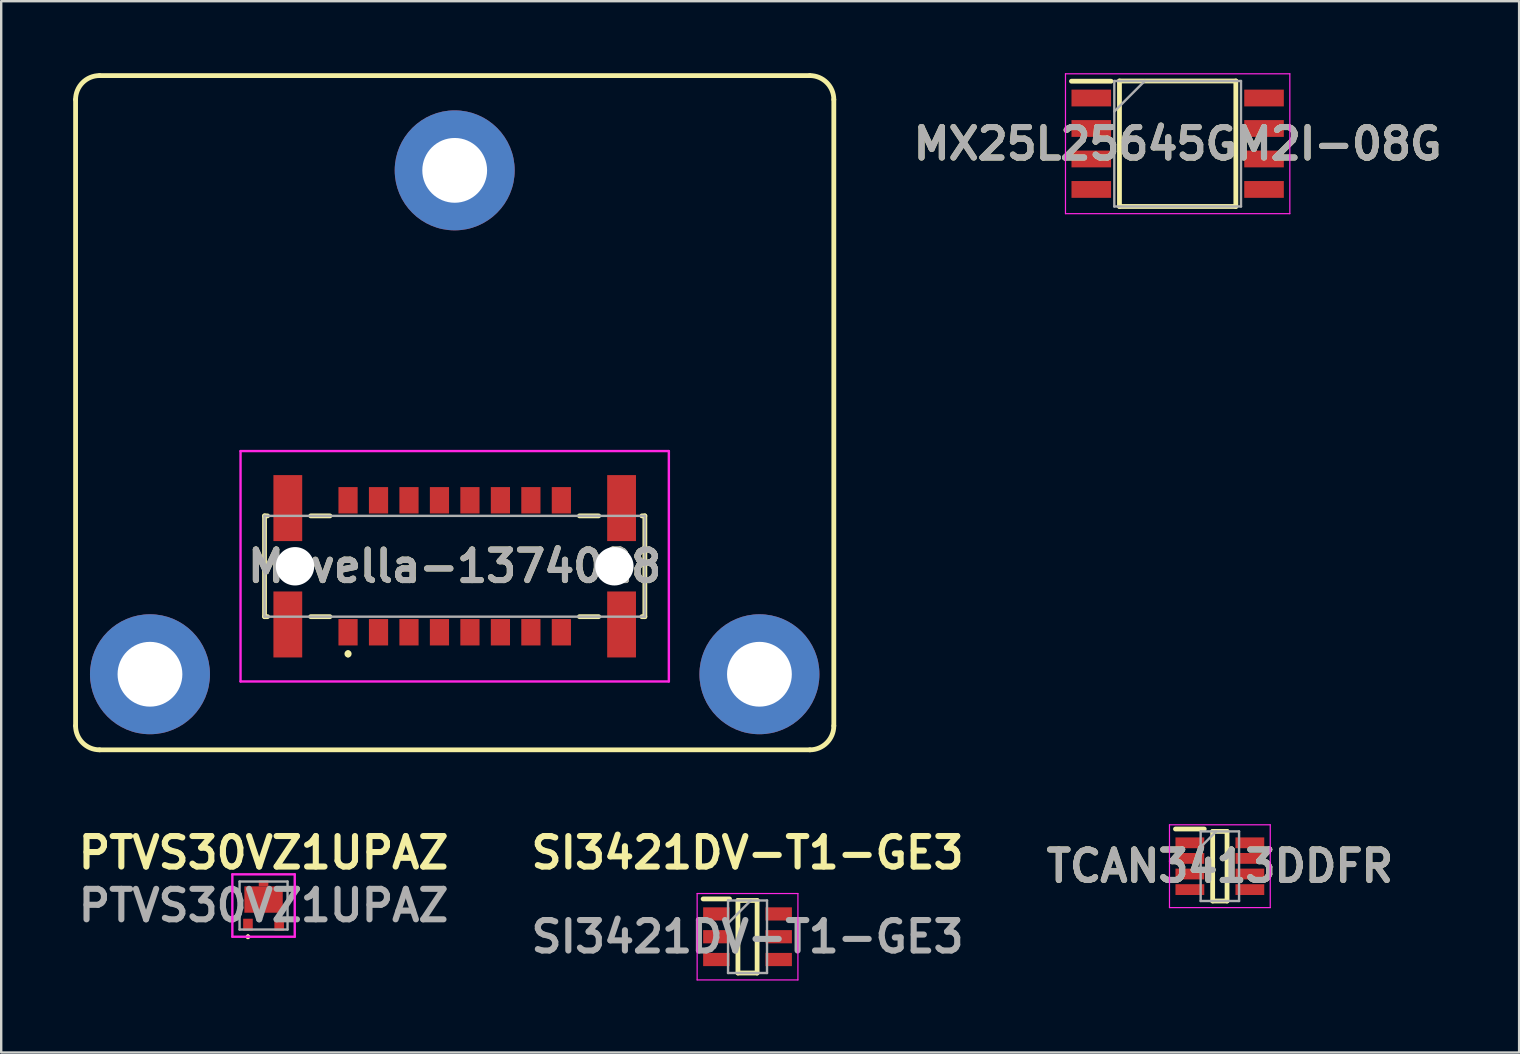
<source format=kicad_pcb>
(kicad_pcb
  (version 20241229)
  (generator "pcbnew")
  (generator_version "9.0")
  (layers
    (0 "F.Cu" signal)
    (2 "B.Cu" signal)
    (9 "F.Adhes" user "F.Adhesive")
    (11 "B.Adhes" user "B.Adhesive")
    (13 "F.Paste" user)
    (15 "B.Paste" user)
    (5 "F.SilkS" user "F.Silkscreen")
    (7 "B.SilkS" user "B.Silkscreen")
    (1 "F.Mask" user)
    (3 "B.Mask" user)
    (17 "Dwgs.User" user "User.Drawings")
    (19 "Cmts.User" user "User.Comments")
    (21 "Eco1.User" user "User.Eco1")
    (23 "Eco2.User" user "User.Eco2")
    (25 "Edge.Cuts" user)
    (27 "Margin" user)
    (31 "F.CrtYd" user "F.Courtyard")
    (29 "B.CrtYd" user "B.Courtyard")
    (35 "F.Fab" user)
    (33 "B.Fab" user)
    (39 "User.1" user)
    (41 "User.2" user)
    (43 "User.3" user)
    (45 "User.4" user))
  (footprint "SI3421DV-T1-GE3"
    (layer "F.Cu")
    (at 28.104 35.989)
    (property "Reference" "SI3421DV-T1-GE3" (at 0 -3.5 0) (layer "F.SilkS") (effects (font (size 1.27 1.27) (thickness 0.254))))
    (attr smd)
    (fp_line (start -1.85 -1.575) (end -0.75 -1.575) (stroke (width 0.2) (type solid)) (layer "F.SilkS"))
    (fp_line (start -0.4 -1.512) (end 0.4 -1.512) (stroke (width 0.2) (type solid)) (layer "F.SilkS"))
    (fp_line (start -0.4 1.512) (end -0.4 -1.512) (stroke (width 0.2) (type solid)) (layer "F.SilkS"))
    (fp_line (start 0.4 -1.512) (end 0.4 1.512) (stroke (width 0.2) (type solid)) (layer "F.SilkS"))
    (fp_line (start 0.4 1.512) (end -0.4 1.512) (stroke (width 0.2) (type solid)) (layer "F.SilkS"))
    (fp_line (start -2.1 -1.8) (end 2.1 -1.8) (stroke (width 0.05) (type solid)) (layer "F.CrtYd"))
    (fp_line (start -2.1 1.8) (end -2.1 -1.8) (stroke (width 0.05) (type solid)) (layer "F.CrtYd"))
    (fp_line (start 2.1 -1.8) (end 2.1 1.8) (stroke (width 0.05) (type solid)) (layer "F.CrtYd"))
    (fp_line (start 2.1 1.8) (end -2.1 1.8) (stroke (width 0.05) (type solid)) (layer "F.CrtYd"))
    (fp_line (start -0.812 -1.512) (end 0.812 -1.512) (stroke (width 0.1) (type solid)) (layer "F.Fab"))
    (fp_line (start -0.812 -0.562) (end 0.138 -1.512) (stroke (width 0.1) (type solid)) (layer "F.Fab"))
    (fp_line (start -0.812 1.512) (end -0.812 -1.512) (stroke (width 0.1) (type solid)) (layer "F.Fab"))
    (fp_line (start 0.812 -1.512) (end 0.812 1.512) (stroke (width 0.1) (type solid)) (layer "F.Fab"))
    (fp_line (start 0.812 1.512) (end -0.812 1.512) (stroke (width 0.1) (type solid)) (layer "F.Fab"))
    (fp_text user "${REFERENCE}" (at 0 0 0) (layer "F.Fab") (effects (font (size 1.27 1.27) (thickness 0.254))))
    (pad "D" smd rect (at -1.3 -0.95 90) (size 0.55 1.1) (layers "F.Cu" "F.Mask" "F.Paste"))
    (pad "D" smd rect (at -1.3 0 90) (size 0.55 1.1) (layers "F.Cu" "F.Mask" "F.Paste"))
    (pad "D" smd rect (at 1.3 -0.95 90) (size 0.55 1.1) (layers "F.Cu" "F.Mask" "F.Paste"))
    (pad "D" smd rect (at 1.3 0 90) (size 0.55 1.1) (layers "F.Cu" "F.Mask" "F.Paste"))
    (pad "G" smd rect (at -1.3 0.95 90) (size 0.55 1.1) (layers "F.Cu" "F.Mask" "F.Paste"))
    (pad "S" smd rect (at 1.3 0.95 90) (size 0.55 1.1) (layers "F.Cu" "F.Mask" "F.Paste")))
  (footprint "Movella-1374028"
    (layer "F.Cu")
    (at 15.9 14.15)
    (property "Reference" "Movella-1374028" (at 0 6.4 0) (layer "F.SilkS") (effects (font (size 1.27 1.27) (thickness 0.254))))
    (attr through_hole)
    (fp_line (start -15.8 13.05) (end -15.8 -13.05) (stroke (width 0.2) (type default)) (layer "F.SilkS"))
    (fp_line (start -14.8 -14.05) (end 14.8 -14.05) (stroke (width 0.2) (type default)) (layer "F.SilkS"))
    (fp_line (start -7.925 4.3) (end -7.925 8.5) (stroke (width 0.2) (type solid)) (layer "F.SilkS"))
    (fp_line (start -7.925 8.5) (end -7.8 8.5) (stroke (width 0.2) (type solid)) (layer "F.SilkS"))
    (fp_line (start -7.8 4.3) (end -7.925 4.3) (stroke (width 0.2) (type solid)) (layer "F.SilkS"))
    (fp_line (start -6 4.3) (end -5.2 4.3) (stroke (width 0.2) (type solid)) (layer "F.SilkS"))
    (fp_line (start -6 8.5) (end -5.2 8.5) (stroke (width 0.2) (type solid)) (layer "F.SilkS"))
    (fp_line (start 5.2 4.3) (end 6 4.3) (stroke (width 0.2) (type solid)) (layer "F.SilkS"))
    (fp_line (start 5.2 8.5) (end 6 8.5) (stroke (width 0.2) (type solid)) (layer "F.SilkS"))
    (fp_line (start 7.8 8.5) (end 7.925 8.5) (stroke (width 0.2) (type solid)) (layer "F.SilkS"))
    (fp_line (start 7.925 4.3) (end 7.8 4.3) (stroke (width 0.2) (type solid)) (layer "F.SilkS"))
    (fp_line (start 7.925 8.5) (end 7.925 4.3) (stroke (width 0.2) (type solid)) (layer "F.SilkS"))
    (fp_line (start 14.8 14.05) (end -14.8 14.05) (stroke (width 0.2) (type default)) (layer "F.SilkS"))
    (fp_line (start 15.8 -13.05) (end 15.8 13.05) (stroke (width 0.2) (type default)) (layer "F.SilkS"))
    (fp_arc (start -15.8 -13.05) (mid -15.507107 -13.757107) (end -14.8 -14.05) (stroke (width 0.2) (type default)) (layer "F.SilkS"))
    (fp_arc (start -14.8 14.05) (mid -15.507107 13.757107) (end -15.8 13.05) (stroke (width 0.2) (type default)) (layer "F.SilkS"))
    (fp_arc (start -4.445 10) (mid -4.395 10.05) (end -4.445 10.1) (stroke (width 0.2) (type solid)) (layer "F.SilkS"))
    (fp_arc (start -4.445 10.1) (mid -4.495 10.05) (end -4.445 10) (stroke (width 0.2) (type solid)) (layer "F.SilkS"))
    (fp_arc (start 14.8 -14.05) (mid 15.507107 -13.757107) (end 15.8 -13.05) (stroke (width 0.2) (type default)) (layer "F.SilkS"))
    (fp_arc (start 15.8 13.05) (mid 15.507107 13.757107) (end 14.8 14.05) (stroke (width 0.2) (type default)) (layer "F.SilkS"))
    (fp_line (start -8.925 1.6) (end 8.925 1.6) (stroke (width 0.1) (type solid)) (layer "F.CrtYd"))
    (fp_line (start -8.925 11.2) (end -8.925 1.6) (stroke (width 0.1) (type solid)) (layer "F.CrtYd"))
    (fp_line (start 8.925 1.6) (end 8.925 11.2) (stroke (width 0.1) (type solid)) (layer "F.CrtYd"))
    (fp_line (start 8.925 11.2) (end -8.925 11.2) (stroke (width 0.1) (type solid)) (layer "F.CrtYd"))
    (fp_line (start -7.925 4.3) (end -7.925 8.5) (stroke (width 0.1) (type solid)) (layer "F.Fab"))
    (fp_line (start -7.925 8.5) (end 7.925 8.5) (stroke (width 0.1) (type solid)) (layer "F.Fab"))
    (fp_line (start 7.925 4.3) (end -7.925 4.3) (stroke (width 0.1) (type solid)) (layer "F.Fab"))
    (fp_line (start 7.925 8.5) (end 7.925 4.3) (stroke (width 0.1) (type solid)) (layer "F.Fab"))
    (fp_text user "${REFERENCE}" (at 0 6.4 0) (layer "F.Fab") (effects (font (size 1.27 1.27) (thickness 0.254))))
    (pad "" np_thru_hole circle (at -6.655 6.4) (size 1.6 1.6) (drill 1.6) (layers "*.Cu" "*.Mask"))
    (pad "" np_thru_hole circle (at 6.655 6.4) (size 1.6 1.6) (drill 1.6) (layers "*.Cu" "*.Mask"))
    (pad "A1" smd rect (at -4.445 9.15) (size 0.8 1.1) (layers "F.Cu" "F.Mask" "F.Paste"))
    (pad "A2" smd rect (at -3.175 9.15) (size 0.8 1.1) (layers "F.Cu" "F.Mask" "F.Paste"))
    (pad "A3" smd rect (at -1.905 9.15) (size 0.8 1.1) (layers "F.Cu" "F.Mask" "F.Paste"))
    (pad "A4" smd rect (at -0.635 9.15) (size 0.8 1.1) (layers "F.Cu" "F.Mask" "F.Paste"))
    (pad "A5" smd rect (at 0.635 9.15) (size 0.8 1.1) (layers "F.Cu" "F.Mask" "F.Paste"))
    (pad "A6" smd rect (at 1.905 9.15) (size 0.8 1.1) (layers "F.Cu" "F.Mask" "F.Paste"))
    (pad "A7" smd rect (at 3.175 9.15) (size 0.8 1.1) (layers "F.Cu" "F.Mask" "F.Paste"))
    (pad "A8" smd rect (at 4.445 9.15) (size 0.8 1.1) (layers "F.Cu" "F.Mask" "F.Paste"))
    (pad "B1" smd rect (at -4.445 3.65) (size 0.8 1.1) (layers "F.Cu" "F.Mask" "F.Paste"))
    (pad "B2" smd rect (at -3.175 3.65) (size 0.8 1.1) (layers "F.Cu" "F.Mask" "F.Paste"))
    (pad "B3" smd rect (at -1.905 3.65) (size 0.8 1.1) (layers "F.Cu" "F.Mask" "F.Paste"))
    (pad "B4" smd rect (at -0.635 3.65) (size 0.8 1.1) (layers "F.Cu" "F.Mask" "F.Paste"))
    (pad "B5" smd rect (at 0.635 3.65) (size 0.8 1.1) (layers "F.Cu" "F.Mask" "F.Paste"))
    (pad "B6" smd rect (at 1.905 3.65) (size 0.8 1.1) (layers "F.Cu" "F.Mask" "F.Paste"))
    (pad "B7" smd rect (at 3.175 3.65) (size 0.8 1.1) (layers "F.Cu" "F.Mask" "F.Paste"))
    (pad "B8" smd rect (at 4.445 3.65) (size 0.8 1.1) (layers "F.Cu" "F.Mask" "F.Paste"))
    (pad "MH1" thru_hole circle (at 0 -10.1) (size 5 5) (drill 2.7) (layers "*.Cu" "*.Mask"))
    (pad "MH2" thru_hole circle (at -12.7 10.9) (size 5 5) (drill 2.7) (layers "*.Cu" "*.Mask"))
    (pad "MH3" thru_hole circle (at 12.7 10.9) (size 5 5) (drill 2.7) (layers "*.Cu" "*.Mask"))
    (pad "MP1" smd rect (at -6.955 3.975) (size 1.2 2.75) (layers "F.Cu" "F.Mask" "F.Paste"))
    (pad "MP2" smd rect (at -6.955 8.825) (size 1.2 2.75) (layers "F.Cu" "F.Mask" "F.Paste"))
    (pad "MP3" smd rect (at 6.955 8.825) (size 1.2 2.75) (layers "F.Cu" "F.Mask" "F.Paste"))
    (pad "MP4" smd rect (at 6.955 3.975) (size 1.2 2.75) (layers "F.Cu" "F.Mask" "F.Paste")))
  (footprint "TCAN3413DDFR"
    (layer "F.Cu")
    (at 47.789 33.05)
    (property "Reference" "TCAN3413DDFR" (at 0 0 0) (layer "F.SilkS") (effects (font (size 1.27 1.27) (thickness 0.254))))
    (attr smd)
    (fp_line (start -1.85 -1.55) (end -0.65 -1.55) (stroke (width 0.2) (type solid)) (layer "F.SilkS"))
    (fp_line (start -0.3 -1.45) (end 0.3 -1.45) (stroke (width 0.2) (type solid)) (layer "F.SilkS"))
    (fp_line (start -0.3 1.45) (end -0.3 -1.45) (stroke (width 0.2) (type solid)) (layer "F.SilkS"))
    (fp_line (start 0.3 -1.45) (end 0.3 1.45) (stroke (width 0.2) (type solid)) (layer "F.SilkS"))
    (fp_line (start 0.3 1.45) (end -0.3 1.45) (stroke (width 0.2) (type solid)) (layer "F.SilkS"))
    (fp_line (start -2.1 -1.725) (end 2.1 -1.725) (stroke (width 0.05) (type solid)) (layer "F.CrtYd"))
    (fp_line (start -2.1 1.725) (end -2.1 -1.725) (stroke (width 0.05) (type solid)) (layer "F.CrtYd"))
    (fp_line (start 2.1 -1.725) (end 2.1 1.725) (stroke (width 0.05) (type solid)) (layer "F.CrtYd"))
    (fp_line (start 2.1 1.725) (end -2.1 1.725) (stroke (width 0.05) (type solid)) (layer "F.CrtYd"))
    (fp_line (start -0.8 -1.45) (end 0.8 -1.45) (stroke (width 0.1) (type solid)) (layer "F.Fab"))
    (fp_line (start -0.8 -0.8) (end -0.15 -1.45) (stroke (width 0.1) (type solid)) (layer "F.Fab"))
    (fp_line (start -0.8 1.45) (end -0.8 -1.45) (stroke (width 0.1) (type solid)) (layer "F.Fab"))
    (fp_line (start 0.8 -1.45) (end 0.8 1.45) (stroke (width 0.1) (type solid)) (layer "F.Fab"))
    (fp_line (start 0.8 1.45) (end -0.8 1.45) (stroke (width 0.1) (type solid)) (layer "F.Fab"))
    (fp_text user "${REFERENCE}" (at 0 0 0) (layer "F.Fab") (effects (font (size 1.27 1.27) (thickness 0.254))))
    (pad "1" smd rect (at -1.25 -0.975 90) (size 0.45 1.2) (layers "F.Cu" "F.Mask" "F.Paste"))
    (pad "2" smd rect (at -1.25 -0.325 90) (size 0.45 1.2) (layers "F.Cu" "F.Mask" "F.Paste"))
    (pad "3" smd rect (at -1.25 0.325 90) (size 0.45 1.2) (layers "F.Cu" "F.Mask" "F.Paste"))
    (pad "4" smd rect (at -1.25 0.975 90) (size 0.45 1.2) (layers "F.Cu" "F.Mask" "F.Paste"))
    (pad "5" smd rect (at 1.25 0.975 90) (size 0.45 1.2) (layers "F.Cu" "F.Mask" "F.Paste"))
    (pad "6" smd rect (at 1.25 0.325 90) (size 0.45 1.2) (layers "F.Cu" "F.Mask" "F.Paste"))
    (pad "7" smd rect (at 1.25 -0.325 90) (size 0.45 1.2) (layers "F.Cu" "F.Mask" "F.Paste"))
    (pad "8" smd rect (at 1.25 -0.975 90) (size 0.45 1.2) (layers "F.Cu" "F.Mask" "F.Paste")))
  (footprint "MX25L25645GM2I-08G"
    (layer "F.Cu")
    (at 46.03 2.94)
    (property "Reference" "MX25L25645GM2I-08G" (at 0 0 0) (layer "F.SilkS") (effects (font (size 1.27 1.27) (thickness 0.254))))
    (attr smd)
    (fp_line (start -4.425 -2.605) (end -2.775 -2.605) (stroke (width 0.2) (type solid)) (layer "F.SilkS"))
    (fp_line (start -2.425 -2.615) (end 2.425 -2.615) (stroke (width 0.2) (type solid)) (layer "F.SilkS"))
    (fp_line (start -2.425 2.615) (end -2.425 -2.615) (stroke (width 0.2) (type solid)) (layer "F.SilkS"))
    (fp_line (start 2.425 -2.615) (end 2.425 2.615) (stroke (width 0.2) (type solid)) (layer "F.SilkS"))
    (fp_line (start 2.425 2.615) (end -2.425 2.615) (stroke (width 0.2) (type solid)) (layer "F.SilkS"))
    (fp_line (start -4.675 -2.915) (end 4.675 -2.915) (stroke (width 0.05) (type solid)) (layer "F.CrtYd"))
    (fp_line (start -4.675 2.915) (end -4.675 -2.915) (stroke (width 0.05) (type solid)) (layer "F.CrtYd"))
    (fp_line (start 4.675 -2.915) (end 4.675 2.915) (stroke (width 0.05) (type solid)) (layer "F.CrtYd"))
    (fp_line (start 4.675 2.915) (end -4.675 2.915) (stroke (width 0.05) (type solid)) (layer "F.CrtYd"))
    (fp_line (start -2.64 -2.615) (end 2.64 -2.615) (stroke (width 0.1) (type solid)) (layer "F.Fab"))
    (fp_line (start -2.64 -1.345) (end -1.37 -2.615) (stroke (width 0.1) (type solid)) (layer "F.Fab"))
    (fp_line (start -2.64 2.615) (end -2.64 -2.615) (stroke (width 0.1) (type solid)) (layer "F.Fab"))
    (fp_line (start 2.64 -2.615) (end 2.64 2.615) (stroke (width 0.1) (type solid)) (layer "F.Fab"))
    (fp_line (start 2.64 2.615) (end -2.64 2.615) (stroke (width 0.1) (type solid)) (layer "F.Fab"))
    (fp_text user "${REFERENCE}" (at 0 0 0) (layer "F.Fab") (effects (font (size 1.27 1.27) (thickness 0.254))))
    (pad "1" smd rect (at -3.6 -1.905 90) (size 0.7 1.65) (layers "F.Cu" "F.Mask" "F.Paste"))
    (pad "2" smd rect (at -3.6 -0.635 90) (size 0.7 1.65) (layers "F.Cu" "F.Mask" "F.Paste"))
    (pad "3" smd rect (at -3.6 0.635 90) (size 0.7 1.65) (layers "F.Cu" "F.Mask" "F.Paste"))
    (pad "4" smd rect (at -3.6 1.905 90) (size 0.7 1.65) (layers "F.Cu" "F.Mask" "F.Paste"))
    (pad "5" smd rect (at 3.6 1.905 90) (size 0.7 1.65) (layers "F.Cu" "F.Mask" "F.Paste"))
    (pad "6" smd rect (at 3.6 0.635 90) (size 0.7 1.65) (layers "F.Cu" "F.Mask" "F.Paste"))
    (pad "7" smd rect (at 3.6 -0.635 90) (size 0.7 1.65) (layers "F.Cu" "F.Mask" "F.Paste"))
    (pad "8" smd rect (at 3.6 -1.905 90) (size 0.7 1.65) (layers "F.Cu" "F.Mask" "F.Paste")))
  (footprint "PTVS30VZ1UPAZ"
    (layer "F.Cu")
    (at 7.934 34.689)
    (property "Reference" "PTVS30VZ1UPAZ" (at 0 -2.2 0) (layer "F.SilkS") (effects (font (size 1.27 1.27) (thickness 0.254))))
    (attr smd)
    (fp_line (start -0.65 1.35) (end -0.65 1.35) (stroke (width 0.1) (type solid)) (layer "F.SilkS"))
    (fp_arc (start -0.65 1.25) (mid -0.6 1.3) (end -0.65 1.35) (stroke (width 0.1) (type solid)) (layer "F.SilkS"))
    (fp_arc (start -0.65 1.35) (mid -0.7 1.3) (end -0.65 1.25) (stroke (width 0.1) (type solid)) (layer "F.SilkS"))
    (fp_line (start -1.3 -1.3) (end -1.3 1.3) (stroke (width 0.1) (type solid)) (layer "F.CrtYd"))
    (fp_line (start -1.3 1.3) (end 1.3 1.3) (stroke (width 0.1) (type solid)) (layer "F.CrtYd"))
    (fp_line (start 1.3 -1.3) (end -1.3 -1.3) (stroke (width 0.1) (type solid)) (layer "F.CrtYd"))
    (fp_line (start 1.3 1.3) (end 1.3 -1.3) (stroke (width 0.1) (type solid)) (layer "F.CrtYd"))
    (fp_line (start -1 -1) (end -1 1) (stroke (width 0.1) (type solid)) (layer "F.Fab"))
    (fp_line (start -1 1) (end 1 1) (stroke (width 0.1) (type solid)) (layer "F.Fab"))
    (fp_line (start 1 -1) (end -1 -1) (stroke (width 0.1) (type solid)) (layer "F.Fab"))
    (fp_line (start 1 1) (end 1 -1) (stroke (width 0.1) (type solid)) (layer "F.Fab"))
    (fp_text user "${REFERENCE}" (at 0 0 0) (layer "F.Fab") (effects (font (size 1.27 1.27) (thickness 0.254))))
    (pad "A" smd rect (at 0 -0.925 90) (size 0.25 0.4) (layers "F.Cu" "F.Mask" "F.Paste"))
    (pad "A" smd rect (at 0 -0.25 90) (size 1.1 1.6) (layers "F.Cu" "F.Mask" "F.Paste"))
    (pad "K" smd rect (at -0.65 0.8) (size 0.4 0.5) (layers "F.Cu" "F.Mask" "F.Paste"))
    (pad "K" smd rect (at 0.65 0.8) (size 0.4 0.5) (layers "F.Cu" "F.Mask" "F.Paste")))
  (gr_rect
    (start -3 -3)
    (end 60.261 40.814)
    (stroke (width 0.1) (type default))
    (fill no)
    (layer "Edge.Cuts")))
</source>
